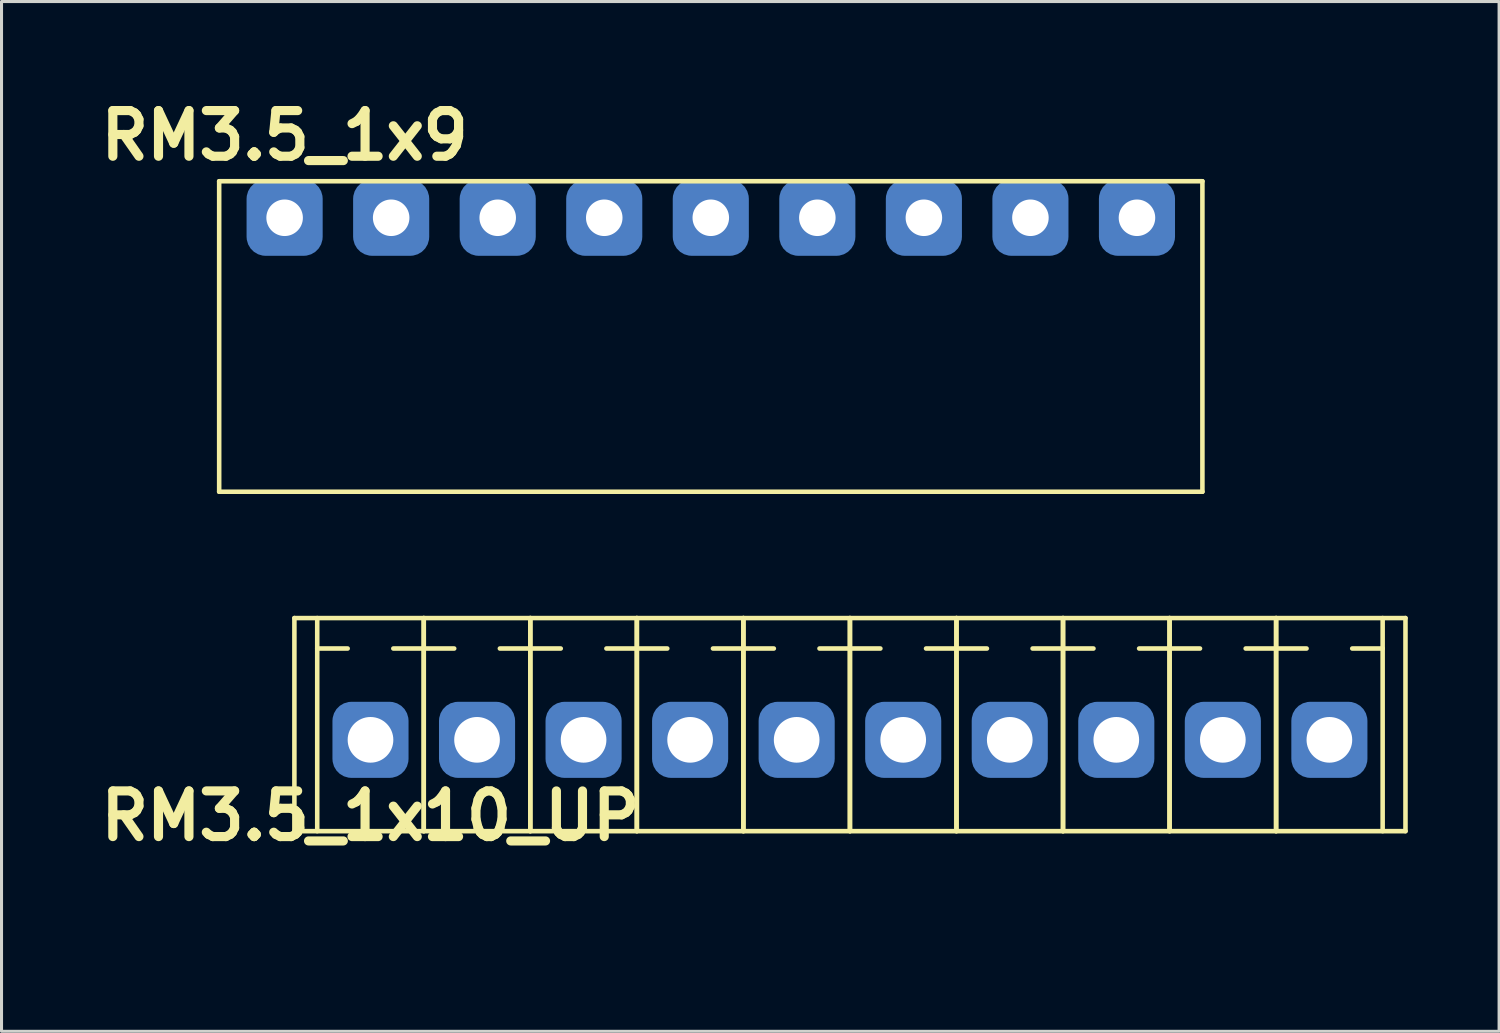
<source format=kicad_pcb>
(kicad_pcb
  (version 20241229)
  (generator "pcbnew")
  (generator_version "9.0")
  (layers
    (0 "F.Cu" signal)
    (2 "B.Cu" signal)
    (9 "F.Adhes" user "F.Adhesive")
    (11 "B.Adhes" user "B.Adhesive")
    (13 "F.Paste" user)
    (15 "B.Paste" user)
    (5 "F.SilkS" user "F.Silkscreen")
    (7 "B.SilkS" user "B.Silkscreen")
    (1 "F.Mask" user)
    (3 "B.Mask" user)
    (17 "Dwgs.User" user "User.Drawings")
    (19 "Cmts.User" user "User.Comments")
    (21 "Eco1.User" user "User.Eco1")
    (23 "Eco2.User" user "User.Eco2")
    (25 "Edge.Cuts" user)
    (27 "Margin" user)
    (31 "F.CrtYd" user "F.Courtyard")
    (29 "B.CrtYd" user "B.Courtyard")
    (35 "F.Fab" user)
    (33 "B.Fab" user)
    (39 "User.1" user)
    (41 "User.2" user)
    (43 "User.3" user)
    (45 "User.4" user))
  (footprint "RM3.5_1x10_UP"
    (layer "F.Cu")
    (at 9.121 21.254)
    (property "Reference" "RM3.5_1x10_UP" (at 0 2.5 0) (layer "F.SilkS") (effects (font (size 1.5 1.5) (thickness 0.3))))
    (attr through_hole)
    (fp_line (start -2.5 -4) (end -2.5 3) (stroke (width 0.15) (type solid)) (layer "F.SilkS"))
    (fp_line (start -2.5 3) (end 34 3) (stroke (width 0.15) (type solid)) (layer "F.SilkS"))
    (fp_line (start -1.75 -3) (end -0.75 -3) (stroke (width 0.15) (type solid)) (layer "F.SilkS"))
    (fp_line (start -1.75 3) (end -1.75 -4) (stroke (width 0.15) (type solid)) (layer "F.SilkS"))
    (fp_line (start 1.75 -3) (end 0.75 -3) (stroke (width 0.15) (type solid)) (layer "F.SilkS"))
    (fp_line (start 1.75 -3) (end 2.75 -3) (stroke (width 0.15) (type solid)) (layer "F.SilkS"))
    (fp_line (start 1.75 3) (end 1.75 -4) (stroke (width 0.15) (type solid)) (layer "F.SilkS"))
    (fp_line (start 1.75 3) (end 1.75 -4) (stroke (width 0.15) (type solid)) (layer "F.SilkS"))
    (fp_line (start 5.25 -3) (end 4.25 -3) (stroke (width 0.15) (type solid)) (layer "F.SilkS"))
    (fp_line (start 5.25 -3) (end 6.25 -3) (stroke (width 0.15) (type solid)) (layer "F.SilkS"))
    (fp_line (start 5.25 3) (end 5.25 -4) (stroke (width 0.15) (type solid)) (layer "F.SilkS"))
    (fp_line (start 5.25 3) (end 5.25 -4) (stroke (width 0.15) (type solid)) (layer "F.SilkS"))
    (fp_line (start 8.75 -3) (end 7.75 -3) (stroke (width 0.15) (type solid)) (layer "F.SilkS"))
    (fp_line (start 8.75 -3) (end 9.75 -3) (stroke (width 0.15) (type solid)) (layer "F.SilkS"))
    (fp_line (start 8.75 3) (end 8.75 -4) (stroke (width 0.15) (type solid)) (layer "F.SilkS"))
    (fp_line (start 8.75 3) (end 8.75 -4) (stroke (width 0.15) (type solid)) (layer "F.SilkS"))
    (fp_line (start 12.25 -3) (end 11.25 -3) (stroke (width 0.15) (type solid)) (layer "F.SilkS"))
    (fp_line (start 12.25 -3) (end 13.25 -3) (stroke (width 0.15) (type solid)) (layer "F.SilkS"))
    (fp_line (start 12.25 3) (end 12.25 -4) (stroke (width 0.15) (type solid)) (layer "F.SilkS"))
    (fp_line (start 12.25 3) (end 12.25 -4) (stroke (width 0.15) (type solid)) (layer "F.SilkS"))
    (fp_line (start 15.75 -3) (end 14.75 -3) (stroke (width 0.15) (type solid)) (layer "F.SilkS"))
    (fp_line (start 15.75 -3) (end 16.75 -3) (stroke (width 0.15) (type solid)) (layer "F.SilkS"))
    (fp_line (start 15.75 3) (end 15.75 -4) (stroke (width 0.15) (type solid)) (layer "F.SilkS"))
    (fp_line (start 15.75 3) (end 15.75 -4) (stroke (width 0.15) (type solid)) (layer "F.SilkS"))
    (fp_line (start 19.25 -3) (end 18.25 -3) (stroke (width 0.15) (type solid)) (layer "F.SilkS"))
    (fp_line (start 19.25 -3) (end 20.25 -3) (stroke (width 0.15) (type solid)) (layer "F.SilkS"))
    (fp_line (start 19.25 3) (end 19.25 -4) (stroke (width 0.15) (type solid)) (layer "F.SilkS"))
    (fp_line (start 19.25 3) (end 19.25 -4) (stroke (width 0.15) (type solid)) (layer "F.SilkS"))
    (fp_line (start 22.75 -3) (end 21.75 -3) (stroke (width 0.15) (type solid)) (layer "F.SilkS"))
    (fp_line (start 22.75 -3) (end 23.75 -3) (stroke (width 0.15) (type solid)) (layer "F.SilkS"))
    (fp_line (start 22.75 3) (end 22.75 -4) (stroke (width 0.15) (type solid)) (layer "F.SilkS"))
    (fp_line (start 22.75 3) (end 22.75 -4) (stroke (width 0.15) (type solid)) (layer "F.SilkS"))
    (fp_line (start 26.25 -3) (end 25.25 -3) (stroke (width 0.15) (type solid)) (layer "F.SilkS"))
    (fp_line (start 26.25 -3) (end 27.25 -3) (stroke (width 0.15) (type solid)) (layer "F.SilkS"))
    (fp_line (start 26.25 3) (end 26.25 -4) (stroke (width 0.15) (type solid)) (layer "F.SilkS"))
    (fp_line (start 26.25 3) (end 26.25 -4) (stroke (width 0.15) (type solid)) (layer "F.SilkS"))
    (fp_line (start 29.75 -3) (end 28.75 -3) (stroke (width 0.15) (type solid)) (layer "F.SilkS"))
    (fp_line (start 29.75 -3) (end 30.75 -3) (stroke (width 0.15) (type solid)) (layer "F.SilkS"))
    (fp_line (start 29.75 3) (end 29.75 -4) (stroke (width 0.15) (type solid)) (layer "F.SilkS"))
    (fp_line (start 29.75 3) (end 29.75 -4) (stroke (width 0.15) (type solid)) (layer "F.SilkS"))
    (fp_line (start 33.25 -3) (end 32.25 -3) (stroke (width 0.15) (type solid)) (layer "F.SilkS"))
    (fp_line (start 33.25 3) (end 33.25 -4) (stroke (width 0.15) (type solid)) (layer "F.SilkS"))
    (fp_line (start 34 -4) (end -2.5 -4) (stroke (width 0.15) (type solid)) (layer "F.SilkS"))
    (fp_line (start 34 3) (end 34 -4) (stroke (width 0.15) (type solid)) (layer "F.SilkS"))
    (fp_line (start -1.75 -5) (end -1.75 6.5) (stroke (width 0.15) (type solid)) (layer "Margin"))
    (fp_line (start -1.75 6.5) (end 33.25 6.5) (stroke (width 0.15) (type solid)) (layer "Margin"))
    (fp_line (start -1 1.5) (end -1 4) (stroke (width 0.15) (type solid)) (layer "Margin"))
    (fp_line (start -1 4) (end 1 4) (stroke (width 0.15) (type solid)) (layer "Margin"))
    (fp_line (start 1 1.5) (end -1 1.5) (stroke (width 0.15) (type solid)) (layer "Margin"))
    (fp_line (start 1 4) (end 1 1.5) (stroke (width 0.15) (type solid)) (layer "Margin"))
    (fp_line (start 2.5 1.5) (end 2.5 4) (stroke (width 0.15) (type solid)) (layer "Margin"))
    (fp_line (start 2.5 4) (end 4.5 4) (stroke (width 0.15) (type solid)) (layer "Margin"))
    (fp_line (start 4.5 1.5) (end 2.5 1.5) (stroke (width 0.15) (type solid)) (layer "Margin"))
    (fp_line (start 4.5 4) (end 4.5 1.5) (stroke (width 0.15) (type solid)) (layer "Margin"))
    (fp_line (start 6 1.5) (end 6 4) (stroke (width 0.15) (type solid)) (layer "Margin"))
    (fp_line (start 6 4) (end 8 4) (stroke (width 0.15) (type solid)) (layer "Margin"))
    (fp_line (start 8 1.5) (end 6 1.5) (stroke (width 0.15) (type solid)) (layer "Margin"))
    (fp_line (start 8 4) (end 8 1.5) (stroke (width 0.15) (type solid)) (layer "Margin"))
    (fp_line (start 9.5 1.5) (end 9.5 4) (stroke (width 0.15) (type solid)) (layer "Margin"))
    (fp_line (start 9.5 4) (end 11.5 4) (stroke (width 0.15) (type solid)) (layer "Margin"))
    (fp_line (start 11.5 1.5) (end 9.5 1.5) (stroke (width 0.15) (type solid)) (layer "Margin"))
    (fp_line (start 11.5 4) (end 11.5 1.5) (stroke (width 0.15) (type solid)) (layer "Margin"))
    (fp_line (start 13 1.5) (end 13 4) (stroke (width 0.15) (type solid)) (layer "Margin"))
    (fp_line (start 13 4) (end 15 4) (stroke (width 0.15) (type solid)) (layer "Margin"))
    (fp_line (start 15 1.5) (end 13 1.5) (stroke (width 0.15) (type solid)) (layer "Margin"))
    (fp_line (start 15 4) (end 15 1.5) (stroke (width 0.15) (type solid)) (layer "Margin"))
    (fp_line (start 16.5 1.5) (end 16.5 4) (stroke (width 0.15) (type solid)) (layer "Margin"))
    (fp_line (start 16.5 4) (end 18.5 4) (stroke (width 0.15) (type solid)) (layer "Margin"))
    (fp_line (start 18.5 1.5) (end 16.5 1.5) (stroke (width 0.15) (type solid)) (layer "Margin"))
    (fp_line (start 18.5 4) (end 18.5 1.5) (stroke (width 0.15) (type solid)) (layer "Margin"))
    (fp_line (start 20 1.5) (end 20 4) (stroke (width 0.15) (type solid)) (layer "Margin"))
    (fp_line (start 20 4) (end 22 4) (stroke (width 0.15) (type solid)) (layer "Margin"))
    (fp_line (start 22 1.5) (end 20 1.5) (stroke (width 0.15) (type solid)) (layer "Margin"))
    (fp_line (start 22 4) (end 22 1.5) (stroke (width 0.15) (type solid)) (layer "Margin"))
    (fp_line (start 23.5 1.5) (end 23.5 4) (stroke (width 0.15) (type solid)) (layer "Margin"))
    (fp_line (start 23.5 4) (end 25.5 4) (stroke (width 0.15) (type solid)) (layer "Margin"))
    (fp_line (start 25.5 1.5) (end 23.5 1.5) (stroke (width 0.15) (type solid)) (layer "Margin"))
    (fp_line (start 25.5 4) (end 25.5 1.5) (stroke (width 0.15) (type solid)) (layer "Margin"))
    (fp_line (start 27 1.5) (end 27 4) (stroke (width 0.15) (type solid)) (layer "Margin"))
    (fp_line (start 27 4) (end 29 4) (stroke (width 0.15) (type solid)) (layer "Margin"))
    (fp_line (start 29 1.5) (end 27 1.5) (stroke (width 0.15) (type solid)) (layer "Margin"))
    (fp_line (start 29 4) (end 29 1.5) (stroke (width 0.15) (type solid)) (layer "Margin"))
    (fp_line (start 30.5 1.5) (end 30.5 4) (stroke (width 0.15) (type solid)) (layer "Margin"))
    (fp_line (start 30.5 4) (end 32.5 4) (stroke (width 0.15) (type solid)) (layer "Margin"))
    (fp_line (start 32.5 1.5) (end 30.5 1.5) (stroke (width 0.15) (type solid)) (layer "Margin"))
    (fp_line (start 32.5 4) (end 32.5 1.5) (stroke (width 0.15) (type solid)) (layer "Margin"))
    (fp_line (start 33.25 -5) (end -1.75 -5) (stroke (width 0.15) (type solid)) (layer "Margin"))
    (fp_line (start 33.25 6.5) (end 33.25 -5) (stroke (width 0.15) (type solid)) (layer "Margin"))
    (pad "1" thru_hole circle (at 0 0) (size 1.8 1.8) (drill 1.5) (layers "*.Cu" "*.Mask"))
    (pad "1" smd roundrect (at 0 0) (size 2.5 2.5) (layers "B.Cu" "B.Mask") (roundrect_rratio 0.25))
    (pad "2" thru_hole circle (at 3.5 0) (size 1.8 1.8) (drill 1.5) (layers "*.Cu" "*.Mask"))
    (pad "2" smd roundrect (at 3.5 0) (size 2.5 2.5) (layers "B.Cu" "B.Mask") (roundrect_rratio 0.25))
    (pad "3" thru_hole circle (at 7 0) (size 1.8 1.8) (drill 1.5) (layers "*.Cu" "*.Mask"))
    (pad "3" smd roundrect (at 7 0) (size 2.5 2.5) (layers "B.Cu" "B.Mask") (roundrect_rratio 0.25))
    (pad "4" thru_hole circle (at 10.5 0) (size 1.8 1.8) (drill 1.5) (layers "*.Cu" "*.Mask"))
    (pad "4" smd roundrect (at 10.5 0) (size 2.5 2.5) (layers "B.Cu" "B.Mask") (roundrect_rratio 0.25))
    (pad "5" thru_hole circle (at 14 0) (size 1.8 1.8) (drill 1.5) (layers "*.Cu" "*.Mask"))
    (pad "5" smd roundrect (at 14 0) (size 2.5 2.5) (layers "B.Cu" "B.Mask") (roundrect_rratio 0.25))
    (pad "6" thru_hole circle (at 17.5 0) (size 1.8 1.8) (drill 1.5) (layers "*.Cu" "*.Mask"))
    (pad "6" smd roundrect (at 17.5 0) (size 2.5 2.5) (layers "B.Cu" "B.Mask") (roundrect_rratio 0.25))
    (pad "7" thru_hole circle (at 21 0) (size 1.8 1.8) (drill 1.5) (layers "*.Cu" "*.Mask"))
    (pad "7" smd roundrect (at 21 0) (size 2.5 2.5) (layers "B.Cu" "B.Mask") (roundrect_rratio 0.25))
    (pad "8" thru_hole circle (at 24.5 0) (size 1.8 1.8) (drill 1.5) (layers "*.Cu" "*.Mask"))
    (pad "8" smd roundrect (at 24.5 0) (size 2.5 2.5) (layers "B.Cu" "B.Mask") (roundrect_rratio 0.25))
    (pad "9" thru_hole circle (at 28 0) (size 1.8 1.8) (drill 1.5) (layers "*.Cu" "*.Mask"))
    (pad "9" smd roundrect (at 28 0) (size 2.5 2.5) (layers "B.Cu" "B.Mask") (roundrect_rratio 0.25))
    (pad "10" thru_hole circle (at 31.5 0) (size 1.8 1.8) (drill 1.5) (layers "*.Cu" "*.Mask"))
    (pad "10" smd roundrect (at 31.5 0) (size 2.5 2.5) (layers "B.Cu" "B.Mask") (roundrect_rratio 0.25)))
  (footprint "RM3.5_1x9"
    (layer "F.Cu")
    (at 6.3 4.104)
    (property "Reference" "RM3.5_1x9" (at 0 -2.7 0) (layer "F.SilkS") (effects (font (size 1.5 1.5) (thickness 0.3))))
    (attr through_hole)
    (fp_line (start -2.15 -1.2) (end -2.15 9) (stroke (width 0.15) (type solid)) (layer "F.SilkS"))
    (fp_line (start -2.15 -1.2) (end 30.15 -1.2) (stroke (width 0.15) (type solid)) (layer "F.SilkS"))
    (fp_line (start -2.15 9) (end 30.15 9) (stroke (width 0.15) (type solid)) (layer "F.SilkS"))
    (fp_line (start 30.15 -1.2) (end 30.15 9) (stroke (width 0.15) (type solid)) (layer "F.SilkS"))
    (pad "0" thru_hole circle (at 0 0) (size 1.5 1.5) (drill 1.2) (layers "*.Cu" "*.Mask"))
    (pad "0" smd roundrect (at 0 0) (size 2.5 2.5) (layers "B.Cu" "B.Mask") (roundrect_rratio 0.25))
    (pad "1" thru_hole circle (at 3.5 0) (size 1.5 1.5) (drill 1.2) (layers "*.Cu" "*.Mask"))
    (pad "1" smd roundrect (at 3.5 0) (size 2.5 2.5) (layers "B.Cu" "B.Mask") (roundrect_rratio 0.25))
    (pad "2" thru_hole circle (at 7 0) (size 1.5 1.5) (drill 1.2) (layers "*.Cu" "*.Mask"))
    (pad "2" smd roundrect (at 7 0) (size 2.5 2.5) (layers "B.Cu" "B.Mask") (roundrect_rratio 0.25))
    (pad "3" thru_hole circle (at 10.5 0) (size 1.5 1.5) (drill 1.2) (layers "*.Cu" "*.Mask"))
    (pad "3" smd roundrect (at 10.5 0) (size 2.5 2.5) (layers "B.Cu" "B.Mask") (roundrect_rratio 0.25))
    (pad "4" thru_hole circle (at 14 0) (size 1.5 1.5) (drill 1.2) (layers "*.Cu" "*.Mask"))
    (pad "4" smd roundrect (at 14 0) (size 2.5 2.5) (layers "B.Cu" "B.Mask") (roundrect_rratio 0.25))
    (pad "5" thru_hole circle (at 17.5 0) (size 1.5 1.5) (drill 1.2) (layers "*.Cu" "*.Mask"))
    (pad "5" smd roundrect (at 17.5 0) (size 2.5 2.5) (layers "B.Cu" "B.Mask") (roundrect_rratio 0.25))
    (pad "6" thru_hole circle (at 21 0) (size 1.5 1.5) (drill 1.2) (layers "*.Cu" "*.Mask"))
    (pad "6" smd roundrect (at 21 0) (size 2.5 2.5) (layers "B.Cu" "B.Mask") (roundrect_rratio 0.25))
    (pad "7" thru_hole circle (at 24.5 0) (size 1.5 1.5) (drill 1.2) (layers "*.Cu" "*.Mask"))
    (pad "7" smd roundrect (at 24.5 0) (size 2.5 2.5) (layers "B.Cu" "B.Mask") (roundrect_rratio 0.25))
    (pad "8" thru_hole circle (at 28 0) (size 1.5 1.5) (drill 1.2) (layers "*.Cu" "*.Mask"))
    (pad "8" smd roundrect (at 28 0) (size 2.5 2.5) (layers "B.Cu" "B.Mask") (roundrect_rratio 0.25)))
  (gr_rect
    (start -3 -3)
    (end 46.196 30.829)
    (stroke (width 0.1) (type default))
    (fill no)
    (layer "Edge.Cuts")))
</source>
